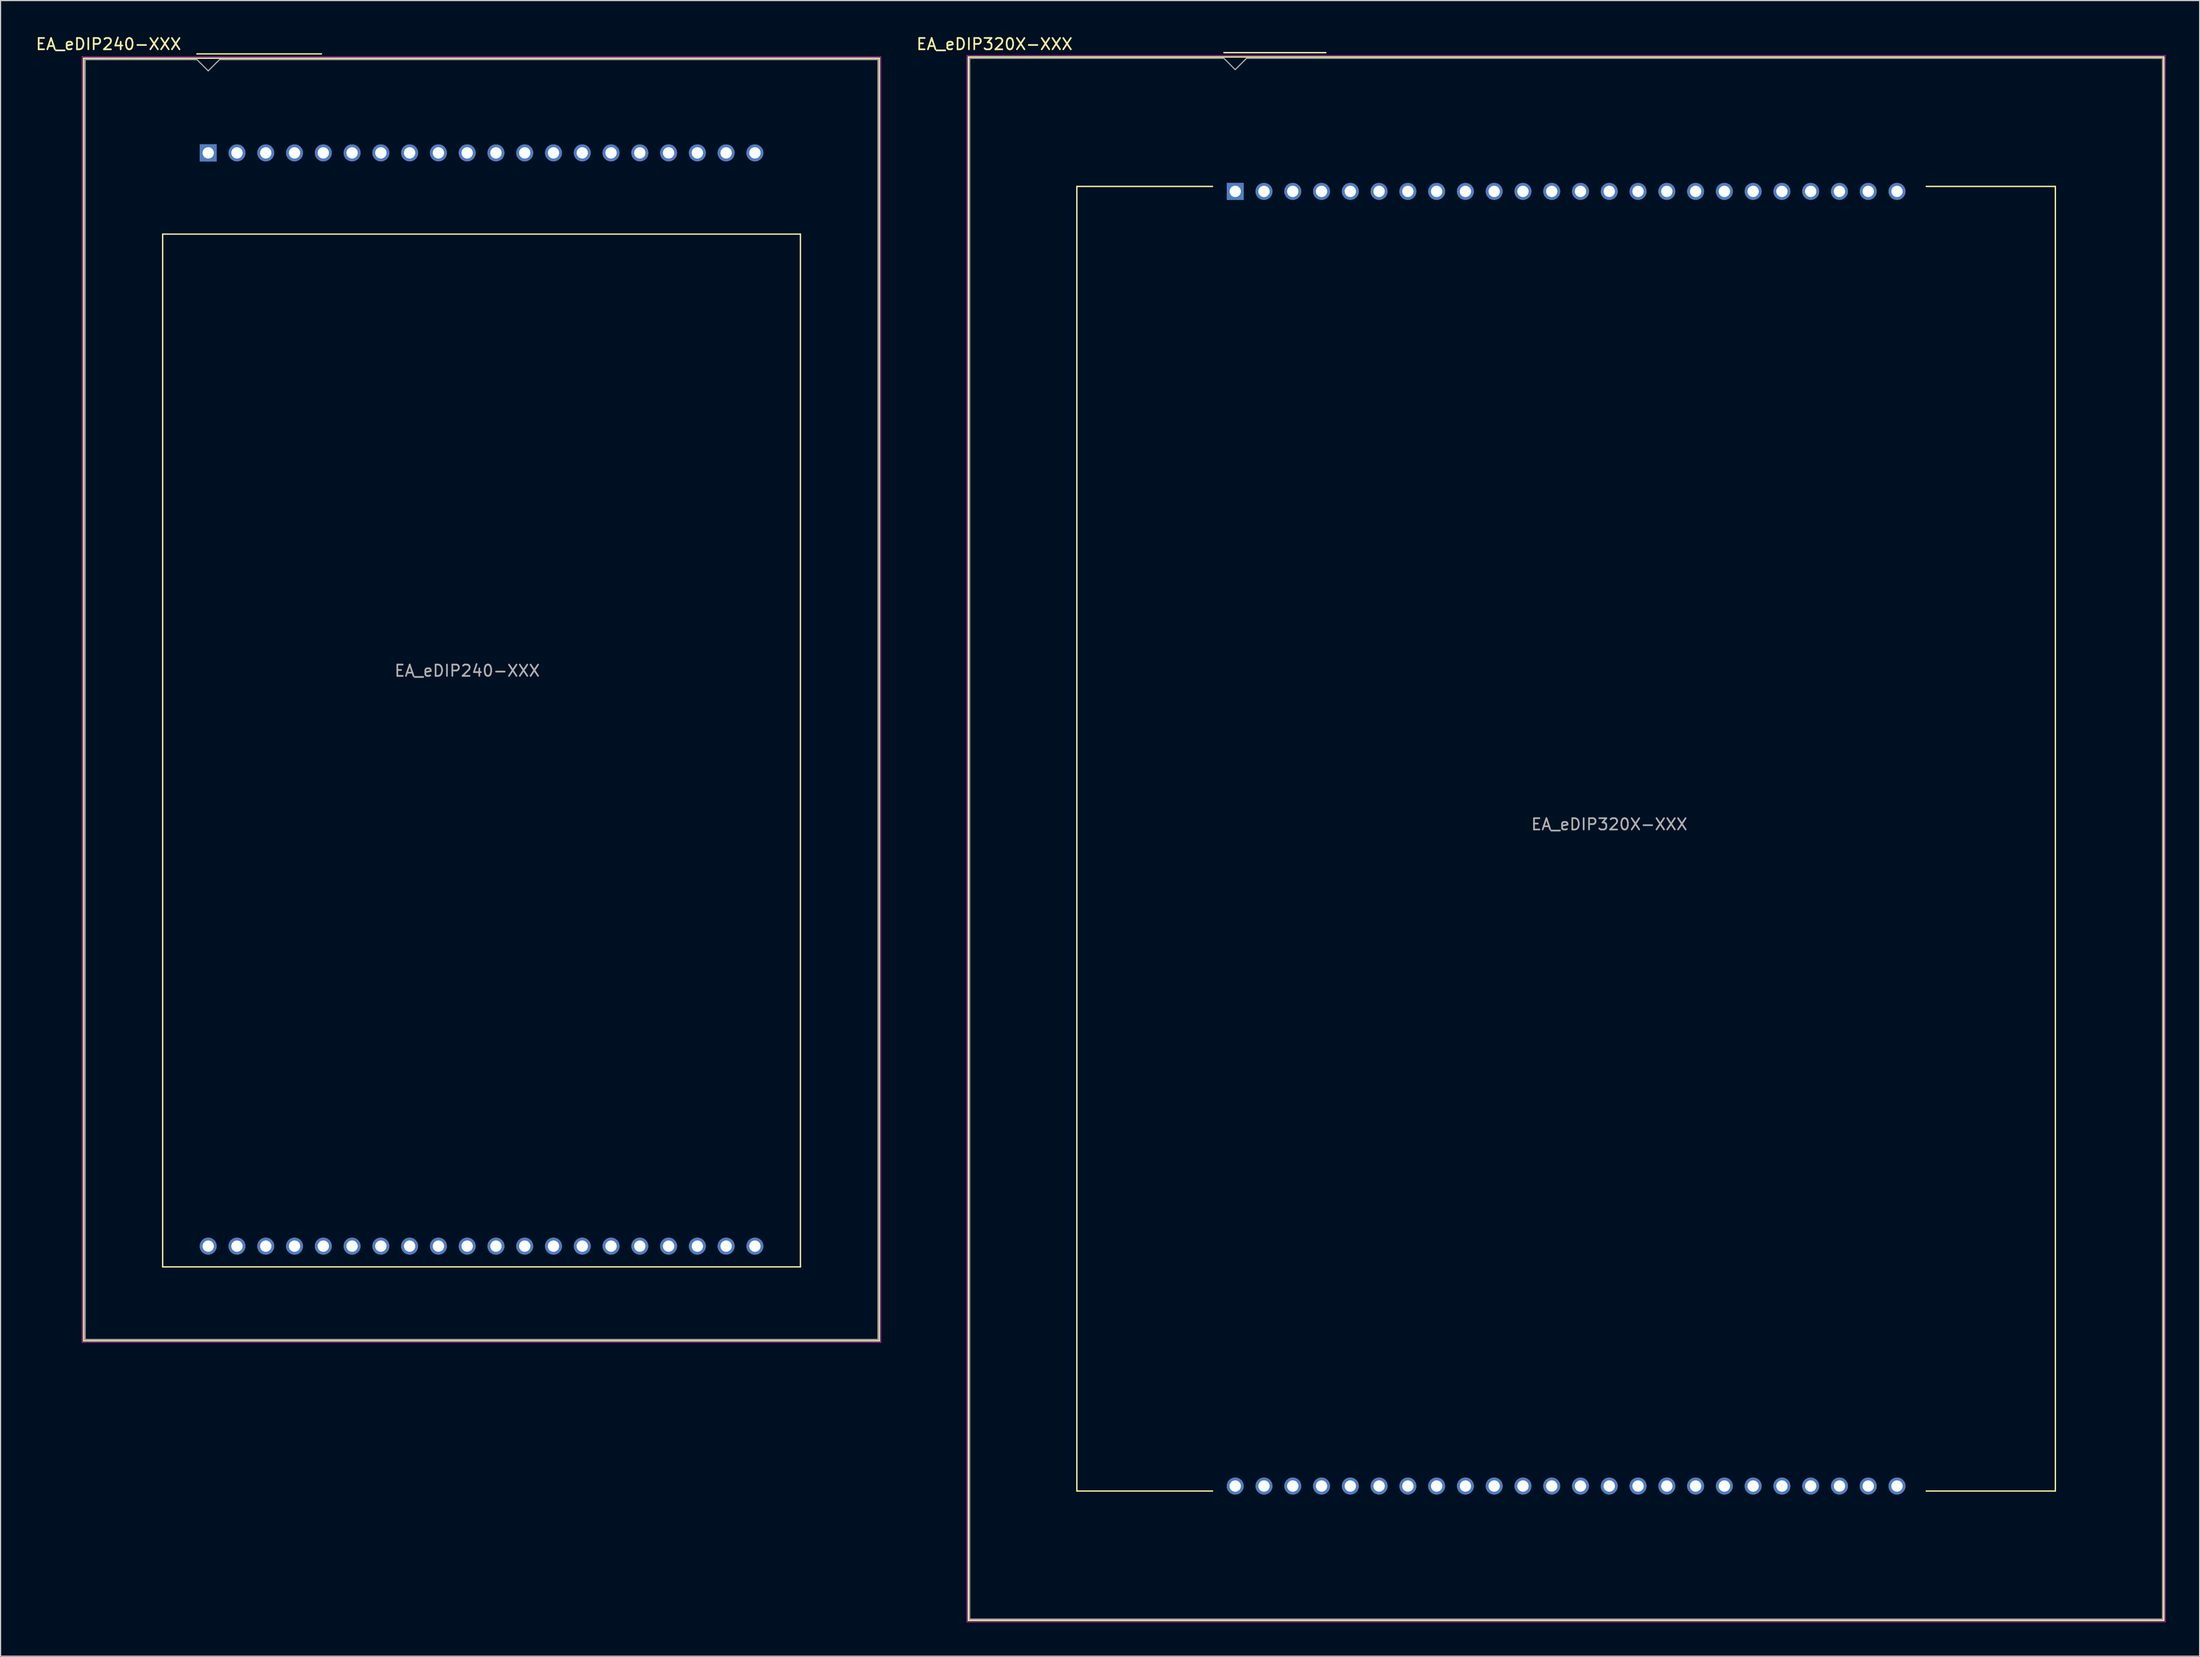
<source format=kicad_pcb>
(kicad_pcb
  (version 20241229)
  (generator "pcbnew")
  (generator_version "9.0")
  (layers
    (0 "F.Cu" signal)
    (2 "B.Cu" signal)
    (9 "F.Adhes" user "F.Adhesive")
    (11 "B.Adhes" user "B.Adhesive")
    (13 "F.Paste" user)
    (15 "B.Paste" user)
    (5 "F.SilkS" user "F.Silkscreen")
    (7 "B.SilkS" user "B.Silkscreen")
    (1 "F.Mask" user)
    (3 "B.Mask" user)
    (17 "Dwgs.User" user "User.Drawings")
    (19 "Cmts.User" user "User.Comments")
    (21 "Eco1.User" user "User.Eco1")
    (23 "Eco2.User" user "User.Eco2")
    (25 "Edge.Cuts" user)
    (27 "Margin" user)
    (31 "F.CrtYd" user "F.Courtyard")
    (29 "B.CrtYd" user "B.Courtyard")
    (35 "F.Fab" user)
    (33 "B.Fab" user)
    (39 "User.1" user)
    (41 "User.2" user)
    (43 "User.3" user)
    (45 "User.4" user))
  (footprint "EA_eDIP240-XXX"
    (layer "F.Cu")
    (at 15.33 10.448)
    (property "Reference" "EA_eDIP240-XXX" (at -8.8 -9.6 0) (layer "F.SilkS") (effects (font (size 1 1) (thickness 0.15))))
    (attr through_hole)
    (fp_line (start -11 -8.36) (end 59.25 -8.36) (stroke (width 0.12) (type solid)) (layer "F.SilkS"))
    (fp_line (start -11 104.88) (end -11 -8.36) (stroke (width 0.12) (type solid)) (layer "F.SilkS"))
    (fp_line (start -4.02 7.17) (end 52.28 7.17) (stroke (width 0.12) (type solid)) (layer "F.SilkS"))
    (fp_line (start -4.02 98.35) (end -4.02 7.17) (stroke (width 0.12) (type solid)) (layer "F.SilkS"))
    (fp_line (start -1 -8.74) (end 10 -8.74) (stroke (width 0.12) (type solid)) (layer "F.SilkS"))
    (fp_line (start 52.28 7.17) (end 52.28 98.35) (stroke (width 0.12) (type solid)) (layer "F.SilkS"))
    (fp_line (start 52.28 98.35) (end -4.02 98.35) (stroke (width 0.12) (type solid)) (layer "F.SilkS"))
    (fp_line (start 59.25 -8.36) (end 59.25 104.88) (stroke (width 0.12) (type solid)) (layer "F.SilkS"))
    (fp_line (start 59.25 104.88) (end -11 104.88) (stroke (width 0.12) (type solid)) (layer "F.SilkS"))
    (fp_line (start -11.13 -8.49) (end 59.38 -8.49) (stroke (width 0.05) (type solid)) (layer "F.CrtYd"))
    (fp_line (start -11.13 105.01) (end -11.13 -8.49) (stroke (width 0.05) (type solid)) (layer "F.CrtYd"))
    (fp_line (start 59.38 -8.49) (end 59.38 105.01) (stroke (width 0.05) (type solid)) (layer "F.CrtYd"))
    (fp_line (start 59.38 105.01) (end -11.13 105.01) (stroke (width 0.05) (type solid)) (layer "F.CrtYd"))
    (fp_line (start -10.87 104.76) (end -10.87 -8.24) (stroke (width 0.1) (type solid)) (layer "F.Fab"))
    (fp_line (start -1 -8.24) (end -10.87 -8.24) (stroke (width 0.1) (type solid)) (layer "F.Fab"))
    (fp_line (start 0 -7.24) (end -1 -8.24) (stroke (width 0.1) (type solid)) (layer "F.Fab"))
    (fp_line (start 1 -8.24) (end 0 -7.24) (stroke (width 0.1) (type solid)) (layer "F.Fab"))
    (fp_line (start 1 -8.24) (end 59.13 -8.24) (stroke (width 0.1) (type solid)) (layer "F.Fab"))
    (fp_line (start 59.13 -8.24) (end 59.13 104.76) (stroke (width 0.1) (type solid)) (layer "F.Fab"))
    (fp_line (start 59.13 104.76) (end -10.87 104.76) (stroke (width 0.1) (type solid)) (layer "F.Fab"))
    (fp_text user "${REFERENCE}" (at 22.86 45.72 0) (layer "F.Fab") (effects (font (size 1 1) (thickness 0.15))))
    (pad "1" thru_hole rect (at 0 0 180) (size 1.5 1.524) (drill 1) (layers "*.Cu" "*.Mask"))
    (pad "2" thru_hole circle (at 2.54 0 180) (size 1.5 1.5) (drill 1) (layers "*.Cu" "*.Mask"))
    (pad "3" thru_hole circle (at 5.08 0 180) (size 1.5 1.5) (drill 1) (layers "*.Cu" "*.Mask"))
    (pad "4" thru_hole circle (at 7.62 0 180) (size 1.5 1.5) (drill 1) (layers "*.Cu" "*.Mask"))
    (pad "5" thru_hole circle (at 10.16 0 180) (size 1.5 1.5) (drill 1) (layers "*.Cu" "*.Mask"))
    (pad "6" thru_hole circle (at 12.7 0 180) (size 1.5 1.5) (drill 1) (layers "*.Cu" "*.Mask"))
    (pad "7" thru_hole circle (at 15.24 0 180) (size 1.5 1.5) (drill 1) (layers "*.Cu" "*.Mask"))
    (pad "8" thru_hole circle (at 17.78 0 180) (size 1.5 1.5) (drill 1) (layers "*.Cu" "*.Mask"))
    (pad "9" thru_hole circle (at 20.32 0 180) (size 1.5 1.5) (drill 1) (layers "*.Cu" "*.Mask"))
    (pad "10" thru_hole circle (at 22.86 0 180) (size 1.5 1.5) (drill 1) (layers "*.Cu" "*.Mask"))
    (pad "11" thru_hole circle (at 25.4 0 180) (size 1.5 1.5) (drill 1) (layers "*.Cu" "*.Mask"))
    (pad "12" thru_hole circle (at 27.94 0 180) (size 1.5 1.5) (drill 1) (layers "*.Cu" "*.Mask"))
    (pad "13" thru_hole circle (at 30.48 0 180) (size 1.5 1.5) (drill 1) (layers "*.Cu" "*.Mask"))
    (pad "14" thru_hole circle (at 33.02 0 180) (size 1.5 1.5) (drill 1) (layers "*.Cu" "*.Mask"))
    (pad "15" thru_hole circle (at 35.56 0 180) (size 1.5 1.5) (drill 1) (layers "*.Cu" "*.Mask"))
    (pad "16" thru_hole circle (at 38.1 0 180) (size 1.5 1.5) (drill 1) (layers "*.Cu" "*.Mask"))
    (pad "17" thru_hole circle (at 40.64 0 180) (size 1.5 1.5) (drill 1) (layers "*.Cu" "*.Mask"))
    (pad "18" thru_hole circle (at 43.18 0 180) (size 1.5 1.5) (drill 1) (layers "*.Cu" "*.Mask"))
    (pad "19" thru_hole circle (at 45.72 0 180) (size 1.5 1.5) (drill 1) (layers "*.Cu" "*.Mask"))
    (pad "20" thru_hole circle (at 48.26 0 180) (size 1.5 1.5) (drill 1) (layers "*.Cu" "*.Mask"))
    (pad "21" thru_hole circle (at 48.26 96.52 180) (size 1.5 1.5) (drill 1) (layers "*.Cu" "*.Mask"))
    (pad "22" thru_hole circle (at 45.72 96.52 180) (size 1.5 1.5) (drill 1) (layers "*.Cu" "*.Mask"))
    (pad "23" thru_hole circle (at 43.18 96.52 180) (size 1.5 1.5) (drill 1) (layers "*.Cu" "*.Mask"))
    (pad "24" thru_hole circle (at 40.64 96.52 180) (size 1.5 1.5) (drill 1) (layers "*.Cu" "*.Mask"))
    (pad "25" thru_hole circle (at 38.1 96.52 180) (size 1.5 1.5) (drill 1) (layers "*.Cu" "*.Mask"))
    (pad "26" thru_hole circle (at 35.56 96.52 180) (size 1.5 1.5) (drill 1) (layers "*.Cu" "*.Mask"))
    (pad "27" thru_hole circle (at 33.02 96.52 180) (size 1.5 1.5) (drill 1) (layers "*.Cu" "*.Mask"))
    (pad "28" thru_hole circle (at 30.48 96.52 180) (size 1.5 1.5) (drill 1) (layers "*.Cu" "*.Mask"))
    (pad "29" thru_hole circle (at 27.94 96.52 180) (size 1.5 1.5) (drill 1) (layers "*.Cu" "*.Mask"))
    (pad "30" thru_hole circle (at 25.4 96.52 180) (size 1.5 1.5) (drill 1) (layers "*.Cu" "*.Mask"))
    (pad "31" thru_hole circle (at 22.86 96.52 180) (size 1.5 1.5) (drill 1) (layers "*.Cu" "*.Mask"))
    (pad "32" thru_hole circle (at 20.32 96.52 180) (size 1.5 1.5) (drill 1) (layers "*.Cu" "*.Mask"))
    (pad "33" thru_hole circle (at 17.78 96.52 180) (size 1.5 1.5) (drill 1) (layers "*.Cu" "*.Mask"))
    (pad "34" thru_hole circle (at 15.24 96.52 180) (size 1.5 1.5) (drill 1) (layers "*.Cu" "*.Mask"))
    (pad "35" thru_hole circle (at 12.7 96.52 180) (size 1.5 1.5) (drill 1) (layers "*.Cu" "*.Mask"))
    (pad "36" thru_hole circle (at 10.16 96.52 180) (size 1.5 1.5) (drill 1) (layers "*.Cu" "*.Mask"))
    (pad "37" thru_hole circle (at 7.62 96.52 180) (size 1.5 1.5) (drill 1) (layers "*.Cu" "*.Mask"))
    (pad "38" thru_hole circle (at 5.08 96.52 180) (size 1.5 1.5) (drill 1) (layers "*.Cu" "*.Mask"))
    (pad "39" thru_hole circle (at 2.54 96.52 180) (size 1.5 1.5) (drill 1) (layers "*.Cu" "*.Mask"))
    (pad "40" thru_hole circle (at 0 96.52 180) (size 1.5 1.5) (drill 1) (layers "*.Cu" "*.Mask")))
  (footprint "EA_eDIP320X-XXX"
    (layer "F.Cu")
    (at 105.991 13.848)
    (property "Reference" "EA_eDIP320X-XXX" (at -21.25 -13 0) (layer "F.SilkS") (effects (font (size 1 1) (thickness 0.15))))
    (attr through_hole)
    (fp_line (start -23.56 -11.87) (end 81.98 -11.87) (stroke (width 0.12) (type solid)) (layer "F.SilkS"))
    (fp_line (start -23.56 126.17) (end -23.56 -11.87) (stroke (width 0.12) (type solid)) (layer "F.SilkS"))
    (fp_line (start -13.98 -0.44) (end -2 -0.44) (stroke (width 0.12) (type solid)) (layer "F.SilkS"))
    (fp_line (start -13.98 114.74) (end -13.98 -0.44) (stroke (width 0.12) (type solid)) (layer "F.SilkS"))
    (fp_line (start -13.98 114.74) (end -2 114.74) (stroke (width 0.12) (type solid)) (layer "F.SilkS"))
    (fp_line (start -1 -12.25) (end 8 -12.25) (stroke (width 0.12) (type solid)) (layer "F.SilkS"))
    (fp_line (start 61 -0.44) (end 72.4 -0.44) (stroke (width 0.12) (type solid)) (layer "F.SilkS"))
    (fp_line (start 72.4 -0.44) (end 72.4 114.74) (stroke (width 0.12) (type solid)) (layer "F.SilkS"))
    (fp_line (start 72.4 114.74) (end 61 114.74) (stroke (width 0.12) (type solid)) (layer "F.SilkS"))
    (fp_line (start 81.98 -11.87) (end 81.98 126.17) (stroke (width 0.12) (type solid)) (layer "F.SilkS"))
    (fp_line (start 81.98 126.17) (end -23.56 126.17) (stroke (width 0.12) (type solid)) (layer "F.SilkS"))
    (fp_line (start -23.69 -12) (end 82.11 -12) (stroke (width 0.05) (type solid)) (layer "F.CrtYd"))
    (fp_line (start -23.69 126.3) (end -23.69 -12) (stroke (width 0.05) (type solid)) (layer "F.CrtYd"))
    (fp_line (start 82.11 -12) (end 82.11 126.3) (stroke (width 0.05) (type solid)) (layer "F.CrtYd"))
    (fp_line (start 82.11 126.3) (end -23.69 126.3) (stroke (width 0.05) (type solid)) (layer "F.CrtYd"))
    (fp_line (start -23.44 126.05) (end -23.44 -11.75) (stroke (width 0.1) (type solid)) (layer "F.Fab"))
    (fp_line (start -1 -11.75) (end -23.44 -11.75) (stroke (width 0.1) (type solid)) (layer "F.Fab"))
    (fp_line (start 0 -10.75) (end -1 -11.75) (stroke (width 0.1) (type solid)) (layer "F.Fab"))
    (fp_line (start 1 -11.75) (end 0 -10.75) (stroke (width 0.1) (type solid)) (layer "F.Fab"))
    (fp_line (start 1 -11.75) (end 81.86 -11.75) (stroke (width 0.1) (type solid)) (layer "F.Fab"))
    (fp_line (start 81.86 -11.75) (end 81.86 126.05) (stroke (width 0.1) (type solid)) (layer "F.Fab"))
    (fp_line (start 81.86 126.05) (end -23.44 126.05) (stroke (width 0.1) (type solid)) (layer "F.Fab"))
    (fp_text user "${REFERENCE}" (at 33.02 55.88 0) (layer "F.Fab") (effects (font (size 1 1) (thickness 0.15))))
    (pad "1" thru_hole rect (at 0 0) (size 1.5 1.5) (drill 1) (layers "*.Cu" "*.Mask"))
    (pad "2" thru_hole circle (at 2.54 0) (size 1.5 1.5) (drill 1) (layers "*.Cu" "*.Mask"))
    (pad "3" thru_hole circle (at 5.08 0) (size 1.5 1.5) (drill 1) (layers "*.Cu" "*.Mask"))
    (pad "4" thru_hole circle (at 7.62 0) (size 1.5 1.5) (drill 1) (layers "*.Cu" "*.Mask"))
    (pad "5" thru_hole circle (at 10.16 0) (size 1.5 1.5) (drill 1) (layers "*.Cu" "*.Mask"))
    (pad "6" thru_hole circle (at 12.7 0) (size 1.5 1.5) (drill 1) (layers "*.Cu" "*.Mask"))
    (pad "7" thru_hole circle (at 15.24 0) (size 1.5 1.5) (drill 1) (layers "*.Cu" "*.Mask"))
    (pad "8" thru_hole circle (at 17.78 0) (size 1.5 1.5) (drill 1) (layers "*.Cu" "*.Mask"))
    (pad "9" thru_hole circle (at 20.32 0) (size 1.5 1.5) (drill 1) (layers "*.Cu" "*.Mask"))
    (pad "10" thru_hole circle (at 22.86 0) (size 1.5 1.5) (drill 1) (layers "*.Cu" "*.Mask"))
    (pad "11" thru_hole circle (at 25.4 0) (size 1.5 1.5) (drill 1) (layers "*.Cu" "*.Mask"))
    (pad "12" thru_hole circle (at 27.94 0) (size 1.5 1.5) (drill 1) (layers "*.Cu" "*.Mask"))
    (pad "13" thru_hole circle (at 30.48 0) (size 1.5 1.5) (drill 1) (layers "*.Cu" "*.Mask"))
    (pad "14" thru_hole circle (at 33.02 0) (size 1.5 1.5) (drill 1) (layers "*.Cu" "*.Mask"))
    (pad "15" thru_hole circle (at 35.56 0) (size 1.5 1.5) (drill 1) (layers "*.Cu" "*.Mask"))
    (pad "16" thru_hole circle (at 38.1 0) (size 1.5 1.5) (drill 1) (layers "*.Cu" "*.Mask"))
    (pad "17" thru_hole circle (at 40.64 0) (size 1.5 1.5) (drill 1) (layers "*.Cu" "*.Mask"))
    (pad "18" thru_hole circle (at 43.18 0) (size 1.5 1.5) (drill 1) (layers "*.Cu" "*.Mask"))
    (pad "19" thru_hole circle (at 45.72 0) (size 1.5 1.5) (drill 1) (layers "*.Cu" "*.Mask"))
    (pad "20" thru_hole circle (at 48.26 0) (size 1.5 1.5) (drill 1) (layers "*.Cu" "*.Mask"))
    (pad "21" thru_hole circle (at 50.8 0) (size 1.5 1.5) (drill 1) (layers "*.Cu" "*.Mask"))
    (pad "22" thru_hole circle (at 53.34 0) (size 1.5 1.5) (drill 1) (layers "*.Cu" "*.Mask"))
    (pad "23" thru_hole circle (at 55.88 0) (size 1.5 1.5) (drill 1) (layers "*.Cu" "*.Mask"))
    (pad "24" thru_hole circle (at 58.42 0) (size 1.5 1.5) (drill 1) (layers "*.Cu" "*.Mask"))
    (pad "25" thru_hole circle (at 58.42 114.3) (size 1.5 1.5) (drill 1) (layers "*.Cu" "*.Mask"))
    (pad "26" thru_hole circle (at 55.88 114.3) (size 1.5 1.5) (drill 1) (layers "*.Cu" "*.Mask"))
    (pad "27" thru_hole circle (at 53.34 114.3) (size 1.5 1.5) (drill 1) (layers "*.Cu" "*.Mask"))
    (pad "28" thru_hole circle (at 50.8 114.3) (size 1.5 1.5) (drill 1) (layers "*.Cu" "*.Mask"))
    (pad "29" thru_hole circle (at 48.26 114.3) (size 1.5 1.5) (drill 1) (layers "*.Cu" "*.Mask"))
    (pad "30" thru_hole circle (at 45.72 114.3) (size 1.5 1.5) (drill 1) (layers "*.Cu" "*.Mask"))
    (pad "31" thru_hole circle (at 43.18 114.3) (size 1.5 1.5) (drill 1) (layers "*.Cu" "*.Mask"))
    (pad "32" thru_hole circle (at 40.64 114.3) (size 1.5 1.5) (drill 1) (layers "*.Cu" "*.Mask"))
    (pad "33" thru_hole circle (at 38.1 114.3) (size 1.5 1.5) (drill 1) (layers "*.Cu" "*.Mask"))
    (pad "34" thru_hole circle (at 35.56 114.3) (size 1.5 1.5) (drill 1) (layers "*.Cu" "*.Mask"))
    (pad "35" thru_hole circle (at 33.02 114.3) (size 1.5 1.5) (drill 1) (layers "*.Cu" "*.Mask"))
    (pad "36" thru_hole circle (at 30.48 114.3) (size 1.5 1.5) (drill 1) (layers "*.Cu" "*.Mask"))
    (pad "37" thru_hole circle (at 27.94 114.3) (size 1.5 1.5) (drill 1) (layers "*.Cu" "*.Mask"))
    (pad "38" thru_hole circle (at 25.4 114.3) (size 1.5 1.5) (drill 1) (layers "*.Cu" "*.Mask"))
    (pad "39" thru_hole circle (at 22.86 114.3) (size 1.5 1.5) (drill 1) (layers "*.Cu" "*.Mask"))
    (pad "40" thru_hole circle (at 20.32 114.3) (size 1.5 1.5) (drill 1) (layers "*.Cu" "*.Mask"))
    (pad "41" thru_hole circle (at 17.78 114.3) (size 1.5 1.5) (drill 1) (layers "*.Cu" "*.Mask"))
    (pad "42" thru_hole circle (at 15.24 114.3) (size 1.5 1.5) (drill 1) (layers "*.Cu" "*.Mask"))
    (pad "43" thru_hole circle (at 12.7 114.3) (size 1.5 1.5) (drill 1) (layers "*.Cu" "*.Mask"))
    (pad "44" thru_hole circle (at 10.16 114.3) (size 1.5 1.5) (drill 1) (layers "*.Cu" "*.Mask"))
    (pad "45" thru_hole circle (at 7.62 114.3) (size 1.5 1.5) (drill 1) (layers "*.Cu" "*.Mask"))
    (pad "46" thru_hole circle (at 5.08 114.3) (size 1.5 1.5) (drill 1) (layers "*.Cu" "*.Mask"))
    (pad "47" thru_hole circle (at 2.54 114.3) (size 1.5 1.5) (drill 1) (layers "*.Cu" "*.Mask"))
    (pad "48" thru_hole circle (at 0 114.3) (size 1.5 1.5) (drill 1) (layers "*.Cu" "*.Mask")))
  (gr_rect
    (start -3 -3)
    (end 191.126 143.173)
    (stroke (width 0.1) (type default))
    (fill no)
    (layer "Edge.Cuts")))
</source>
